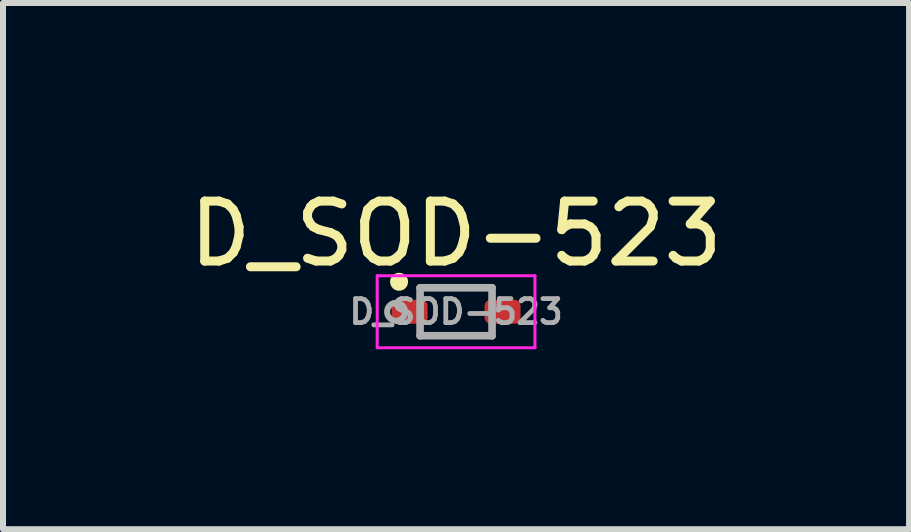
<source format=kicad_pcb>
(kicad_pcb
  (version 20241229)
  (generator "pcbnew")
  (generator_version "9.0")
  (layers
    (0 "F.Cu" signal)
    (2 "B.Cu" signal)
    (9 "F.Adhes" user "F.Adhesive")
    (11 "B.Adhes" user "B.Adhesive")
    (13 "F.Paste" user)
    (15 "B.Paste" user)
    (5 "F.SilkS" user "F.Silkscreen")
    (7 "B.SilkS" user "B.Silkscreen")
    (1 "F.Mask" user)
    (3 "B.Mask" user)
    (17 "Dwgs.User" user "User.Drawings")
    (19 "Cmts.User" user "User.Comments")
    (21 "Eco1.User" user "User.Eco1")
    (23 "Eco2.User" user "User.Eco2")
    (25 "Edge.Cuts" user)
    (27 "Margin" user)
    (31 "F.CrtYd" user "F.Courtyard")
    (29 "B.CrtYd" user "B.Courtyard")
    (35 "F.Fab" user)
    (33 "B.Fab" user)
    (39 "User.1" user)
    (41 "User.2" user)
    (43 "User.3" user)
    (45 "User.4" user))
  (footprint "D_SOD-523"
    (layer "F.Cu")
    (at 4.554 2.148)
    (property "Reference" "D_SOD-523" (at 0 -1.3 0) (layer "F.SilkS") (effects (font (size 1 1) (thickness 0.15))))
    (attr smd)
    (fp_circle (center -0.95 -0.5) (end -0.85 -0.5) (stroke (width 0.1) (type solid)) (fill yes) (layer "F.SilkS"))
    (fp_line (start -1.315 -0.6) (end 1.315 -0.6) (stroke (width 0.05) (type solid)) (layer "F.CrtYd"))
    (fp_line (start -1.315 0.6) (end -1.315 -0.6) (stroke (width 0.05) (type solid)) (layer "F.CrtYd"))
    (fp_line (start 1.315 -0.6) (end 1.315 0.6) (stroke (width 0.05) (type solid)) (layer "F.CrtYd"))
    (fp_line (start 1.315 0.6) (end -1.315 0.6) (stroke (width 0.05) (type solid)) (layer "F.CrtYd"))
    (fp_line (start -0.6 -0.4) (end 0.6 -0.4) (stroke (width 0.127) (type solid)) (layer "F.Fab"))
    (fp_line (start -0.6 0.4) (end -0.6 -0.4) (stroke (width 0.127) (type solid)) (layer "F.Fab"))
    (fp_line (start 0.6 -0.4) (end 0.6 0.4) (stroke (width 0.127) (type solid)) (layer "F.Fab"))
    (fp_line (start 0.6 0.4) (end -0.6 0.4) (stroke (width 0.127) (type solid)) (layer "F.Fab"))
    (fp_circle (center -1 0) (end -0.85 0) (stroke (width 0.1) (type solid)) (fill no) (layer "F.Fab"))
    (fp_text user "${REFERENCE}" (at 0 0 0) (layer "F.Fab") (effects (font (size 0.4 0.4) (thickness 0.08))))
    (pad "1" smd roundrect (at -0.775 0) (size 0.6 0.4) (layers "F.Cu" "F.Mask" "F.Paste") (roundrect_rratio 0.25))
    (pad "2" smd roundrect (at 0.775 0) (size 0.6 0.4) (layers "F.Cu" "F.Mask" "F.Paste") (roundrect_rratio 0.25)))
  (gr_rect
    (start -3 -3)
    (end 12.107 5.773)
    (stroke (width 0.1) (type default))
    (fill no)
    (layer "Edge.Cuts")))
</source>
